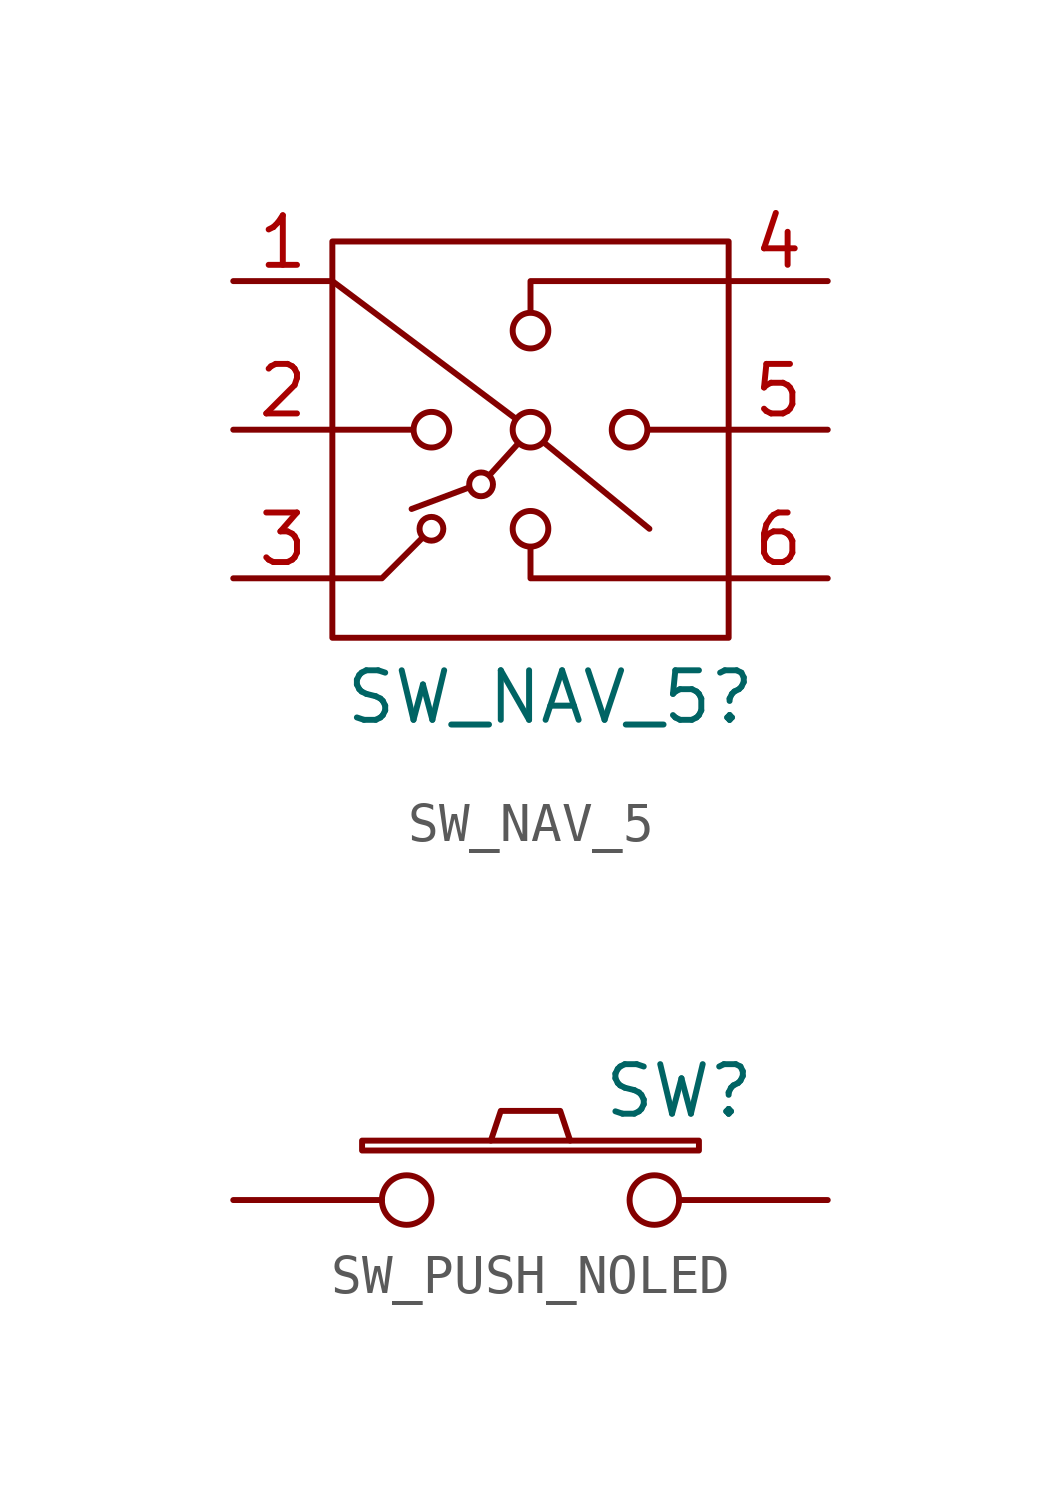
<source format=kicad_sym>
(kicad_symbol_lib
  (version 20241209)
  (generator "kicad_symbol_editor")
  (generator_version "9.0")
  (symbol "SW_NAV_5"
    (property "Reference" "SW_NAV_5"
      (at 0.508 -1.778 0)
      (effects (font (size 1.27 1.27))))
    (property "Value" ""
      (at 0 0 0)
      (effects (font (size 1.27 1.27))))
    (symbol "SW_NAV_5_0_1"
      (rectangle (start -5.08 9.906) (end 5.08 -0.254) (stroke (width 0) (type default)) (fill (type none)))
      (polyline (pts (xy -5.08 8.89) (xy -0.41 5.387)) (stroke (width 0) (type default)) (fill (type none)))
      (polyline (pts (xy -5.08 5.08) (xy -3.048 5.08)) (stroke (width 0) (type default)) (fill (type none)))
      (polyline (pts (xy -5.08 1.27) (xy -3.81 1.27) (xy -2.794 2.286)) (stroke (width 0) (type default)) (fill (type none)))
      (circle (center -2.54 5.08) (radius 0.457) (stroke (width 0) (type default)) (fill (type none)))
      (circle (center -2.54 2.54) (radius 0.305) (stroke (width 0) (type default)) (fill (type none)))
      (polyline (pts (xy -1.586 3.595) (xy -3.048 3.048)) (stroke (width 0) (type default)) (fill (type none)))
      (circle (center -1.267 3.679) (radius 0.305) (stroke (width 0) (type default)) (fill (type none)))
      (polyline (pts (xy -0.348 4.691) (xy -1.02 3.95)) (stroke (width 0) (type default)) (fill (type none)))
      (circle (center 0 7.62) (radius 0.457) (stroke (width 0) (type default)) (fill (type none)))
      (circle (center 0 5.08) (radius 0.457) (stroke (width 0) (type default)) (fill (type none)))
      (circle (center 0 2.54) (radius 0.457) (stroke (width 0) (type default)) (fill (type none)))
      (polyline (pts (xy 0.337 4.756) (xy 3.048 2.54)) (stroke (width 0) (type default)) (fill (type none)))
      (circle (center 2.54 5.08) (radius 0.457) (stroke (width 0) (type default)) (fill (type none)))
      (polyline (pts (xy 5.08 8.89) (xy 0 8.89) (xy 0 8.128)) (stroke (width 0) (type default)) (fill (type none)))
      (polyline (pts (xy 5.08 5.08) (xy 3.048 5.08)) (stroke (width 0) (type default)) (fill (type none)))
      (polyline (pts (xy 5.08 1.27) (xy 0 1.27) (xy 0 2.032)) (stroke (width 0) (type default)) (fill (type none))))
    (symbol "SW_NAV_5_1_1"
      (pin passive line (at -7.62 8.89 0) (length 2.54) (name "" (effects (font (size 1.27 1.27)))) (number "1" (effects (font (size 1.27 1.27)))))
      (pin passive line (at -7.62 5.08 0) (length 2.54) (name "" (effects (font (size 1.27 1.27)))) (number "2" (effects (font (size 1.27 1.27)))))
      (pin passive line (at -7.62 1.27 0) (length 2.54) (name "" (effects (font (size 1.27 1.27)))) (number "3" (effects (font (size 1.27 1.27)))))
      (pin passive line (at 7.62 8.89 180) (length 2.54) (name "" (effects (font (size 1.27 1.27)))) (number "4" (effects (font (size 1.27 1.27)))))
      (pin passive line (at 7.62 5.08 180) (length 2.54) (name "" (effects (font (size 1.27 1.27)))) (number "5" (effects (font (size 1.27 1.27)))))
      (pin passive line (at 7.62 1.27 180) (length 2.54) (name "" (effects (font (size 1.27 1.27)))) (number "6" (effects (font (size 1.27 1.27)))))))
  (symbol "SW_PUSH_NOLED"
    (pin_numbers
      (hide yes))
    (pin_names
      (offset 1.016)
      (hide yes))
    (property "Reference" "SW"
      (at 3.81 2.794 0)
      (effects (font (size 1.27 1.27))))
    (property "Footprint" ""
      (at 0 0 0)
      (effects (font (size 1.27 1.27))))
    (property "Datasheet" ""
      (at 0 0 0)
      (effects (font (size 1.27 1.27))))
    (symbol "SW_PUSH_NOLED_0_1"
      (rectangle (start -4.318 1.27) (end 4.318 1.524) (stroke (width 0) (type solid)) (fill (type none)))
      (polyline (pts (xy -1.016 1.524) (xy -0.762 2.286) (xy 0.762 2.286) (xy 1.016 1.524)) (stroke (width 0) (type solid)) (fill (type none)))
      (pin passive inverted (at -7.62 0 0) (length 5.08) (name "1" (effects (font (size 1.27 1.27)))) (number "1" (effects (font (size 1.27 1.27)))))
      (pin passive inverted (at 7.62 0 180) (length 5.08) (name "2" (effects (font (size 1.27 1.27)))) (number "2" (effects (font (size 1.27 1.27))))))))
</source>
